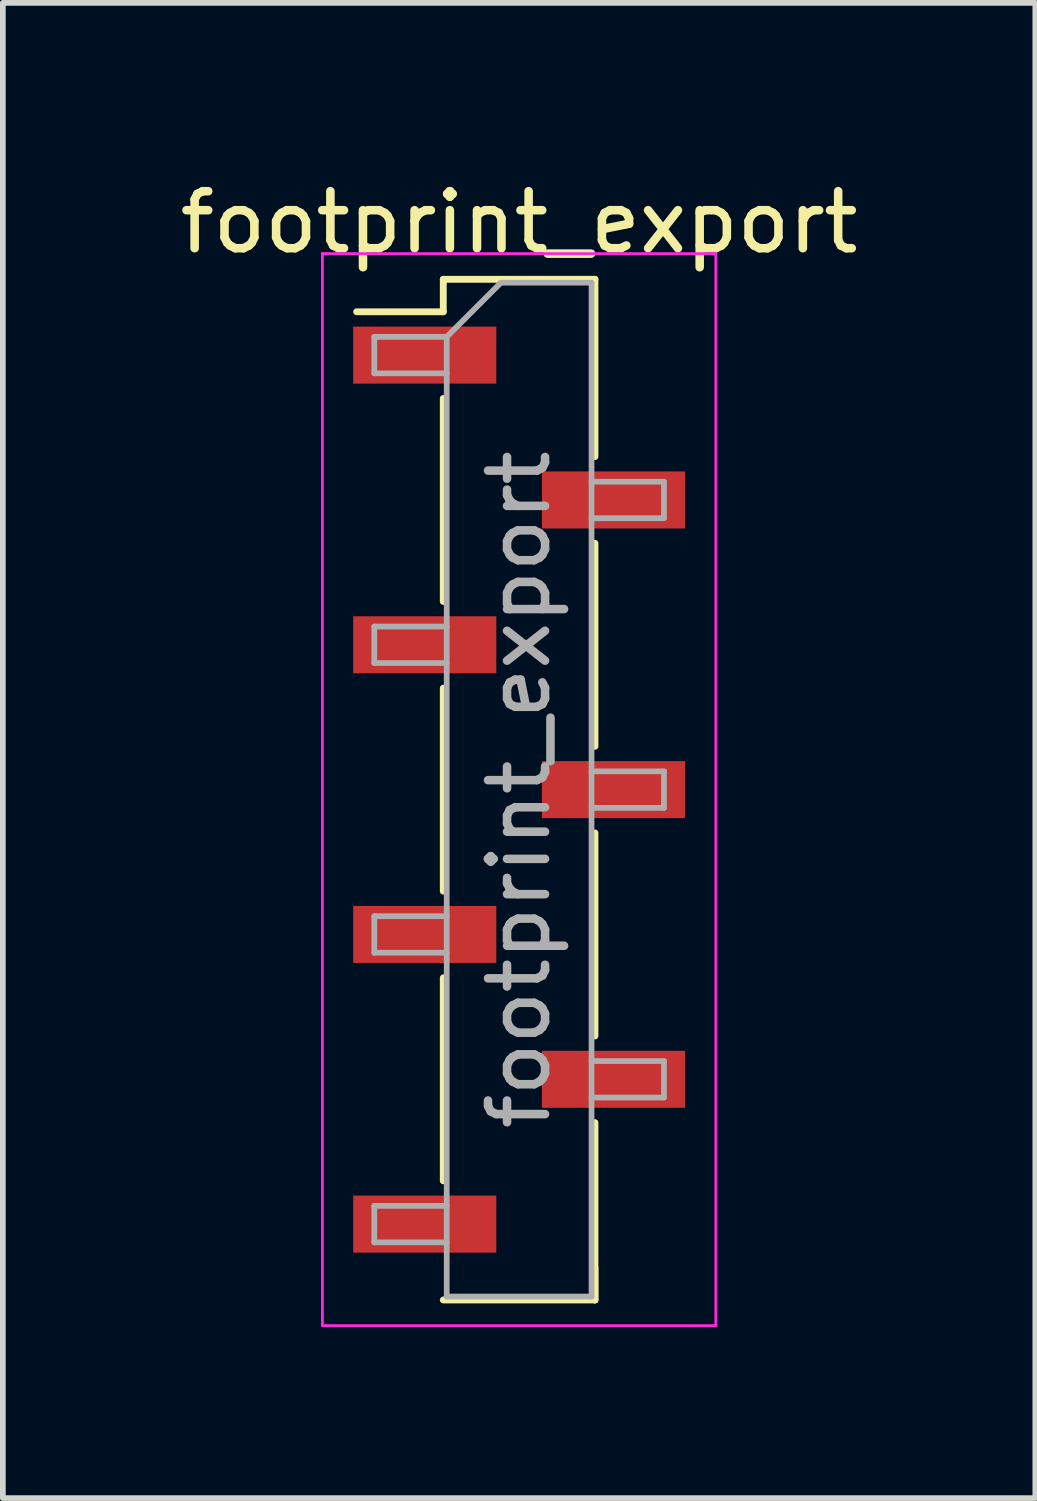
<source format=kicad_pcb>
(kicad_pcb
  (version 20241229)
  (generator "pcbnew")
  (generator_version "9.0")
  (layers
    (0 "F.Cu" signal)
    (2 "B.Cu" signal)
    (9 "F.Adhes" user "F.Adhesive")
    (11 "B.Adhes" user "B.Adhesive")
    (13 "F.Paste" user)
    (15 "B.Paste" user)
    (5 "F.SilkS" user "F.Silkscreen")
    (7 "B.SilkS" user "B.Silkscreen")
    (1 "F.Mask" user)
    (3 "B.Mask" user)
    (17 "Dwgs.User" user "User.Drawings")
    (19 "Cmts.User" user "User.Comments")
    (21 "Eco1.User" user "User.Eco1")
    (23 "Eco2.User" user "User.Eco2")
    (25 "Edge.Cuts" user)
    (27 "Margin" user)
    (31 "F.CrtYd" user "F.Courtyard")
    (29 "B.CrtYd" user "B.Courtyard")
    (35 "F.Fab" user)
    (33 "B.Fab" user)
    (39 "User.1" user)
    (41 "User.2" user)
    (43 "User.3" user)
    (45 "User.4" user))
  (footprint "footprint_export"
    (layer "F.Cu")
    (at 6.054 10.798)
    (property "Reference" "footprint_export" (at 0 -9.95 0) (layer "F.SilkS") (effects (font (size 1 1) (thickness 0.15))))
    (attr smd)
    (fp_line (start -1.33 -8.95) (end -1.33 -8.38) (stroke (width 0.12) (type solid)) (layer "F.SilkS"))
    (fp_line (start -1.33 -8.95) (end 1.33 -8.95) (stroke (width 0.12) (type solid)) (layer "F.SilkS"))
    (fp_line (start -1.33 -8.38) (end -2.85 -8.38) (stroke (width 0.12) (type solid)) (layer "F.SilkS"))
    (fp_line (start -1.33 -6.86) (end -1.33 -3.3) (stroke (width 0.12) (type solid)) (layer "F.SilkS"))
    (fp_line (start -1.33 -1.78) (end -1.33 1.78) (stroke (width 0.12) (type solid)) (layer "F.SilkS"))
    (fp_line (start -1.33 3.3) (end -1.33 6.86) (stroke (width 0.12) (type solid)) (layer "F.SilkS"))
    (fp_line (start -1.33 8.95) (end 1.33 8.95) (stroke (width 0.12) (type solid)) (layer "F.SilkS"))
    (fp_line (start 1.33 -8.95) (end 1.33 -5.84) (stroke (width 0.12) (type solid)) (layer "F.SilkS"))
    (fp_line (start 1.33 -4.32) (end 1.33 -0.76) (stroke (width 0.12) (type solid)) (layer "F.SilkS"))
    (fp_line (start 1.33 0.76) (end 1.33 4.32) (stroke (width 0.12) (type solid)) (layer "F.SilkS"))
    (fp_line (start 1.33 5.84) (end 1.33 8.95) (stroke (width 0.12) (type solid)) (layer "F.SilkS"))
    (fp_line (start 1.33 8.38) (end 1.33 8.95) (stroke (width 0.12) (type solid)) (layer "F.SilkS"))
    (fp_line (start -3.45 -9.4) (end -3.45 9.4) (stroke (width 0.05) (type solid)) (layer "F.CrtYd"))
    (fp_line (start -3.45 9.4) (end 3.45 9.4) (stroke (width 0.05) (type solid)) (layer "F.CrtYd"))
    (fp_line (start 3.45 -9.4) (end -3.45 -9.4) (stroke (width 0.05) (type solid)) (layer "F.CrtYd"))
    (fp_line (start 3.45 9.4) (end 3.45 -9.4) (stroke (width 0.05) (type solid)) (layer "F.CrtYd"))
    (fp_line (start -2.54 -7.94) (end -2.54 -7.3) (stroke (width 0.1) (type solid)) (layer "F.Fab"))
    (fp_line (start -2.54 -7.3) (end -1.27 -7.3) (stroke (width 0.1) (type solid)) (layer "F.Fab"))
    (fp_line (start -2.54 -2.86) (end -2.54 -2.22) (stroke (width 0.1) (type solid)) (layer "F.Fab"))
    (fp_line (start -2.54 -2.22) (end -1.27 -2.22) (stroke (width 0.1) (type solid)) (layer "F.Fab"))
    (fp_line (start -2.54 2.22) (end -2.54 2.86) (stroke (width 0.1) (type solid)) (layer "F.Fab"))
    (fp_line (start -2.54 2.86) (end -1.27 2.86) (stroke (width 0.1) (type solid)) (layer "F.Fab"))
    (fp_line (start -2.54 7.3) (end -2.54 7.94) (stroke (width 0.1) (type solid)) (layer "F.Fab"))
    (fp_line (start -2.54 7.94) (end -1.27 7.94) (stroke (width 0.1) (type solid)) (layer "F.Fab"))
    (fp_line (start -1.27 -7.94) (end -2.54 -7.94) (stroke (width 0.1) (type solid)) (layer "F.Fab"))
    (fp_line (start -1.27 -7.94) (end -0.32 -8.89) (stroke (width 0.1) (type solid)) (layer "F.Fab"))
    (fp_line (start -1.27 -2.86) (end -2.54 -2.86) (stroke (width 0.1) (type solid)) (layer "F.Fab"))
    (fp_line (start -1.27 2.22) (end -2.54 2.22) (stroke (width 0.1) (type solid)) (layer "F.Fab"))
    (fp_line (start -1.27 7.3) (end -2.54 7.3) (stroke (width 0.1) (type solid)) (layer "F.Fab"))
    (fp_line (start -1.27 8.89) (end -1.27 -7.94) (stroke (width 0.1) (type solid)) (layer "F.Fab"))
    (fp_line (start -0.32 -8.89) (end 1.27 -8.89) (stroke (width 0.1) (type solid)) (layer "F.Fab"))
    (fp_line (start 1.27 -8.89) (end 1.27 8.89) (stroke (width 0.1) (type solid)) (layer "F.Fab"))
    (fp_line (start 1.27 -5.4) (end 2.54 -5.4) (stroke (width 0.1) (type solid)) (layer "F.Fab"))
    (fp_line (start 1.27 -0.32) (end 2.54 -0.32) (stroke (width 0.1) (type solid)) (layer "F.Fab"))
    (fp_line (start 1.27 4.76) (end 2.54 4.76) (stroke (width 0.1) (type solid)) (layer "F.Fab"))
    (fp_line (start 1.27 8.89) (end -1.27 8.89) (stroke (width 0.1) (type solid)) (layer "F.Fab"))
    (fp_line (start 2.54 -5.4) (end 2.54 -4.76) (stroke (width 0.1) (type solid)) (layer "F.Fab"))
    (fp_line (start 2.54 -4.76) (end 1.27 -4.76) (stroke (width 0.1) (type solid)) (layer "F.Fab"))
    (fp_line (start 2.54 -0.32) (end 2.54 0.32) (stroke (width 0.1) (type solid)) (layer "F.Fab"))
    (fp_line (start 2.54 0.32) (end 1.27 0.32) (stroke (width 0.1) (type solid)) (layer "F.Fab"))
    (fp_line (start 2.54 4.76) (end 2.54 5.4) (stroke (width 0.1) (type solid)) (layer "F.Fab"))
    (fp_line (start 2.54 5.4) (end 1.27 5.4) (stroke (width 0.1) (type solid)) (layer "F.Fab"))
    (fp_text user "${REFERENCE}" (at 0 0 90) (layer "F.Fab") (effects (font (size 1 1) (thickness 0.15))))
    (pad "1" smd rect (at -1.655 -7.62) (size 2.51 1) (layers "F.Cu" "F.Mask" "F.Paste"))
    (pad "2" smd rect (at 1.655 -5.08) (size 2.51 1) (layers "F.Cu" "F.Mask" "F.Paste"))
    (pad "3" smd rect (at -1.655 -2.54) (size 2.51 1) (layers "F.Cu" "F.Mask" "F.Paste"))
    (pad "4" smd rect (at 1.655 0) (size 2.51 1) (layers "F.Cu" "F.Mask" "F.Paste"))
    (pad "5" smd rect (at -1.655 2.54) (size 2.51 1) (layers "F.Cu" "F.Mask" "F.Paste"))
    (pad "6" smd rect (at 1.655 5.08) (size 2.51 1) (layers "F.Cu" "F.Mask" "F.Paste"))
    (pad "7" smd rect (at -1.655 7.62) (size 2.51 1) (layers "F.Cu" "F.Mask" "F.Paste")))
  (gr_rect
    (start -3 -3)
    (end 15.107 23.223)
    (stroke (width 0.1) (type default))
    (fill no)
    (layer "Edge.Cuts")))
</source>
